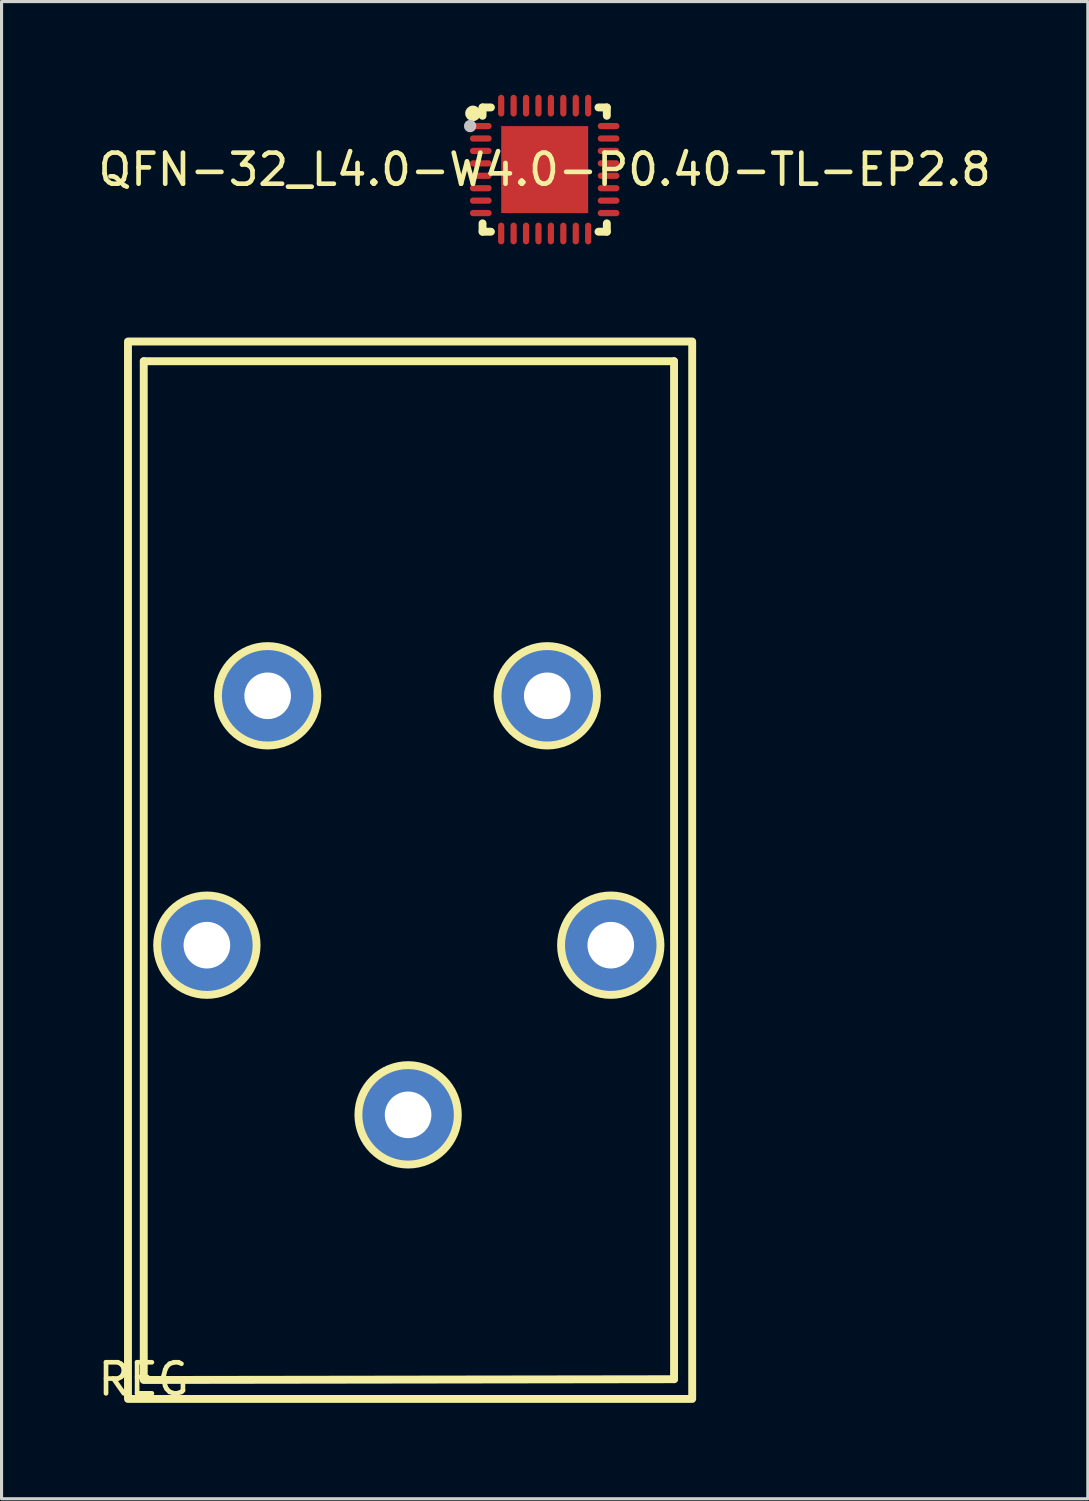
<source format=kicad_pcb>
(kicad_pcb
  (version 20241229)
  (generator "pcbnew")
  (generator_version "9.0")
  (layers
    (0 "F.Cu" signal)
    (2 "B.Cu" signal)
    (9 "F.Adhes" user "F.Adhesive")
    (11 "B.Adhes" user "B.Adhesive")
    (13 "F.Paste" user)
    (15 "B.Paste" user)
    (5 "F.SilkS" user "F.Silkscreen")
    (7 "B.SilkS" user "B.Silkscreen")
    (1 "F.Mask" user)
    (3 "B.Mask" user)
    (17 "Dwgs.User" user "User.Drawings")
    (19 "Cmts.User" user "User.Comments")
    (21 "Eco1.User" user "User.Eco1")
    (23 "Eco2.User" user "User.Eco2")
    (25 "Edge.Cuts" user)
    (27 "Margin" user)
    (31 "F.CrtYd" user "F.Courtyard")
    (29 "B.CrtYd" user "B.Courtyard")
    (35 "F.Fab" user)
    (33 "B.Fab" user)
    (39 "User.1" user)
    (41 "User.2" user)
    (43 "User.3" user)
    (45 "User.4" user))
  (footprint "REG"
    (layer "F.Cu")
    (at 1.577 41.343)
    (property "Reference" "REG" (at 0 0 0) (layer "F.SilkS") (effects (font (size 1 1) (thickness 0.15))))
    (fp_line (start 0 0) (end 0 -32.766) (stroke (width 0.254) (type default)) (layer "F.SilkS"))
    (fp_line (start 0 0.025) (end 17.069 0) (stroke (width 0.254) (type default)) (layer "F.SilkS"))
    (fp_line (start 17.069 -32.766) (end 0 -32.766) (stroke (width 0.254) (type default)) (layer "F.SilkS"))
    (fp_line (start 17.069 -32.766) (end 17.069 0) (stroke (width 0.254) (type default)) (layer "F.SilkS"))
    (fp_rect (start -0.508 -33.401) (end 17.653 0.635) (stroke (width 0.254) (type default)) (fill no) (layer "F.SilkS"))
    (fp_circle (center 2.032 -13.97) (end 3.632 -13.97) (stroke (width 0.254) (type default)) (fill no) (layer "F.SilkS"))
    (fp_circle (center 3.988 -21.997) (end 5.588 -21.997) (stroke (width 0.254) (type default)) (fill no) (layer "F.SilkS"))
    (fp_circle (center 8.509 -8.509) (end 10.109 -8.509) (stroke (width 0.254) (type default)) (fill no) (layer "F.SilkS"))
    (fp_circle (center 12.988 -21.997) (end 14.588 -21.997) (stroke (width 0.254) (type default)) (fill no) (layer "F.SilkS"))
    (fp_circle (center 15.032 -13.97) (end 16.632 -13.97) (stroke (width 0.254) (type default)) (fill no) (layer "F.SilkS"))
    (pad "1" thru_hole circle (at 15.032 -13.97) (size 3 3) (drill 1.5) (layers "*.Cu" "*.Mask"))
    (pad "2" thru_hole circle (at 8.509 -8.509) (size 3 3) (drill 1.5) (layers "*.Cu" "*.Mask"))
    (pad "3" thru_hole circle (at 2.032 -13.97) (size 3 3) (drill 1.5) (layers "*.Cu" "*.Mask"))
    (pad "4" thru_hole circle (at 3.988 -21.997) (size 3 3) (drill 1.5) (layers "*.Cu" "*.Mask"))
    (pad "P" thru_hole circle (at 12.988 -21.997) (size 3 3) (drill 1.5) (layers "*.Cu" "*.Mask")))
  (footprint "QFN-32_L4.0-W4.0-P0.40-TL-EP2.8"
    (layer "F.Cu")
    (at 14.482 2.408)
    (property "Reference" "QFN-32_L4.0-W4.0-P0.40-TL-EP2.8" (at 0 0 0) (layer "F.SilkS") (effects (font (size 1 1) (thickness 0.15))))
    (fp_line (start -2 -2) (end -1.731 -2) (stroke (width 0.254) (type default)) (layer "F.SilkS"))
    (fp_line (start -2 -1.731) (end -2 -2) (stroke (width 0.254) (type default)) (layer "F.SilkS"))
    (fp_line (start -2 2) (end -2 1.731) (stroke (width 0.254) (type default)) (layer "F.SilkS"))
    (fp_line (start -1.731 2) (end -2 2) (stroke (width 0.254) (type default)) (layer "F.SilkS"))
    (fp_line (start 1.731 -2) (end 2 -2) (stroke (width 0.254) (type default)) (layer "F.SilkS"))
    (fp_line (start 2 -2) (end 2 -1.731) (stroke (width 0.254) (type default)) (layer "F.SilkS"))
    (fp_line (start 2 1.731) (end 2 2) (stroke (width 0.254) (type default)) (layer "F.SilkS"))
    (fp_line (start 2 2) (end 1.731 2) (stroke (width 0.254) (type default)) (layer "F.SilkS"))
    (fp_circle (center -2.309 -1.809) (end -2.184 -1.809) (stroke (width 0.25) (type default)) (fill no) (layer "F.SilkS"))
    (fp_poly (pts (xy 1.12 1.121) (xy -1.12 1.121) (xy -1.12 -1.119) (xy 1.12 -1.119)) (stroke (width 0) (type default)) (fill yes) (layer "F.Paste"))
    (fp_poly (pts (arc (start -1.807 -1.5) (mid -1.707 -1.4) (end -1.807 -1.3)) (arc (start -2.307 -1.3) (mid -2.407 -1.4) (end -2.307 -1.5))) (stroke (width 0) (type default)) (fill yes) (layer "F.Paste"))
    (fp_poly (pts (arc (start -1.807 -1.1) (mid -1.707 -1) (end -1.807 -0.9)) (arc (start -2.307 -0.9) (mid -2.407 -1) (end -2.307 -1.1))) (stroke (width 0) (type default)) (fill yes) (layer "F.Paste"))
    (fp_poly (pts (arc (start -1.807 -0.7) (mid -1.707 -0.6) (end -1.807 -0.5)) (arc (start -2.307 -0.5) (mid -2.407 -0.6) (end -2.307 -0.7))) (stroke (width 0) (type default)) (fill yes) (layer "F.Paste"))
    (fp_poly (pts (arc (start -1.807 -0.3) (mid -1.707 -0.2) (end -1.807 -0.1)) (arc (start -2.307 -0.1) (mid -2.407 -0.2) (end -2.307 -0.3))) (stroke (width 0) (type default)) (fill yes) (layer "F.Paste"))
    (fp_poly (pts (arc (start -1.807 0.1) (mid -1.707 0.2) (end -1.807 0.3)) (arc (start -2.307 0.3) (mid -2.407 0.2) (end -2.307 0.1))) (stroke (width 0) (type default)) (fill yes) (layer "F.Paste"))
    (fp_poly (pts (arc (start -1.807 0.5) (mid -1.707 0.6) (end -1.807 0.7)) (arc (start -2.307 0.7) (mid -2.407 0.6) (end -2.307 0.5))) (stroke (width 0) (type default)) (fill yes) (layer "F.Paste"))
    (fp_poly (pts (arc (start -1.807 0.9) (mid -1.707 1) (end -1.807 1.1)) (arc (start -2.307 1.1) (mid -2.407 1) (end -2.307 0.9))) (stroke (width 0) (type default)) (fill yes) (layer "F.Paste"))
    (fp_poly (pts (arc (start -1.807 1.3) (mid -1.707 1.4) (end -1.807 1.5)) (arc (start -2.307 1.5) (mid -2.407 1.4) (end -2.307 1.3))) (stroke (width 0) (type default)) (fill yes) (layer "F.Paste"))
    (fp_poly (pts (arc (start -1.5 -2.307) (mid -1.4 -2.407) (end -1.3 -2.307)) (arc (start -1.3 -1.807) (mid -1.4 -1.707) (end -1.5 -1.807))) (stroke (width 0) (type default)) (fill yes) (layer "F.Paste"))
    (fp_poly (pts (arc (start -1.3 2.307) (mid -1.4 2.407) (end -1.5 2.307)) (arc (start -1.5 1.807) (mid -1.4 1.707) (end -1.3 1.807))) (stroke (width 0) (type default)) (fill yes) (layer "F.Paste"))
    (fp_poly (pts (arc (start -1.1 -2.307) (mid -1 -2.407) (end -0.9 -2.307)) (arc (start -0.9 -1.807) (mid -1 -1.707) (end -1.1 -1.807))) (stroke (width 0) (type default)) (fill yes) (layer "F.Paste"))
    (fp_poly (pts (arc (start -0.9 2.307) (mid -1 2.407) (end -1.1 2.307)) (arc (start -1.1 1.807) (mid -1 1.707) (end -0.9 1.807))) (stroke (width 0) (type default)) (fill yes) (layer "F.Paste"))
    (fp_poly (pts (arc (start -0.7 -2.307) (mid -0.6 -2.407) (end -0.5 -2.307)) (arc (start -0.5 -1.807) (mid -0.6 -1.707) (end -0.7 -1.807))) (stroke (width 0) (type default)) (fill yes) (layer "F.Paste"))
    (fp_poly (pts (arc (start -0.5 2.307) (mid -0.6 2.407) (end -0.7 2.307)) (arc (start -0.7 1.807) (mid -0.6 1.707) (end -0.5 1.807))) (stroke (width 0) (type default)) (fill yes) (layer "F.Paste"))
    (fp_poly (pts (arc (start -0.3 -2.307) (mid -0.2 -2.407) (end -0.1 -2.307)) (arc (start -0.1 -1.807) (mid -0.2 -1.707) (end -0.3 -1.807))) (stroke (width 0) (type default)) (fill yes) (layer "F.Paste"))
    (fp_poly (pts (arc (start -0.1 2.307) (mid -0.2 2.407) (end -0.3 2.307)) (arc (start -0.3 1.807) (mid -0.2 1.707) (end -0.1 1.807))) (stroke (width 0) (type default)) (fill yes) (layer "F.Paste"))
    (fp_poly (pts (arc (start 0.1 -2.307) (mid 0.2 -2.407) (end 0.3 -2.307)) (arc (start 0.3 -1.807) (mid 0.2 -1.707) (end 0.1 -1.807))) (stroke (width 0) (type default)) (fill yes) (layer "F.Paste"))
    (fp_poly (pts (arc (start 0.3 2.307) (mid 0.2 2.407) (end 0.1 2.307)) (arc (start 0.1 1.807) (mid 0.2 1.707) (end 0.3 1.807))) (stroke (width 0) (type default)) (fill yes) (layer "F.Paste"))
    (fp_poly (pts (arc (start 0.5 -2.307) (mid 0.6 -2.407) (end 0.7 -2.307)) (arc (start 0.7 -1.807) (mid 0.6 -1.707) (end 0.5 -1.807))) (stroke (width 0) (type default)) (fill yes) (layer "F.Paste"))
    (fp_poly (pts (arc (start 0.7 2.307) (mid 0.6 2.407) (end 0.5 2.307)) (arc (start 0.5 1.807) (mid 0.6 1.707) (end 0.7 1.807))) (stroke (width 0) (type default)) (fill yes) (layer "F.Paste"))
    (fp_poly (pts (arc (start 0.9 -2.307) (mid 1 -2.407) (end 1.1 -2.307)) (arc (start 1.1 -1.807) (mid 1 -1.707) (end 0.9 -1.807))) (stroke (width 0) (type default)) (fill yes) (layer "F.Paste"))
    (fp_poly (pts (arc (start 1.1 2.307) (mid 1 2.407) (end 0.9 2.307)) (arc (start 0.9 1.807) (mid 1 1.707) (end 1.1 1.807))) (stroke (width 0) (type default)) (fill yes) (layer "F.Paste"))
    (fp_poly (pts (arc (start 1.3 -2.307) (mid 1.4 -2.407) (end 1.5 -2.307)) (arc (start 1.5 -1.807) (mid 1.4 -1.707) (end 1.3 -1.807))) (stroke (width 0) (type default)) (fill yes) (layer "F.Paste"))
    (fp_poly (pts (arc (start 1.5 2.307) (mid 1.4 2.407) (end 1.3 2.307)) (arc (start 1.3 1.807) (mid 1.4 1.707) (end 1.5 1.807))) (stroke (width 0) (type default)) (fill yes) (layer "F.Paste"))
    (fp_poly (pts (arc (start 2.307 -1.5) (mid 2.407 -1.4) (end 2.307 -1.3)) (arc (start 1.807 -1.3) (mid 1.707 -1.4) (end 1.807 -1.5))) (stroke (width 0) (type default)) (fill yes) (layer "F.Paste"))
    (fp_poly (pts (arc (start 2.307 -1.1) (mid 2.407 -1) (end 2.307 -0.9)) (arc (start 1.807 -0.9) (mid 1.707 -1) (end 1.807 -1.1))) (stroke (width 0) (type default)) (fill yes) (layer "F.Paste"))
    (fp_poly (pts (arc (start 2.307 -0.7) (mid 2.407 -0.6) (end 2.307 -0.5)) (arc (start 1.807 -0.5) (mid 1.707 -0.6) (end 1.807 -0.7))) (stroke (width 0) (type default)) (fill yes) (layer "F.Paste"))
    (fp_poly (pts (arc (start 2.307 -0.3) (mid 2.407 -0.2) (end 2.307 -0.1)) (arc (start 1.807 -0.1) (mid 1.707 -0.2) (end 1.807 -0.3))) (stroke (width 0) (type default)) (fill yes) (layer "F.Paste"))
    (fp_poly (pts (arc (start 2.307 0.1) (mid 2.407 0.2) (end 2.307 0.3)) (arc (start 1.807 0.3) (mid 1.707 0.2) (end 1.807 0.1))) (stroke (width 0) (type default)) (fill yes) (layer "F.Paste"))
    (fp_poly (pts (arc (start 2.307 0.5) (mid 2.407 0.6) (end 2.307 0.7)) (arc (start 1.807 0.7) (mid 1.707 0.6) (end 1.807 0.5))) (stroke (width 0) (type default)) (fill yes) (layer "F.Paste"))
    (fp_poly (pts (arc (start 2.307 0.9) (mid 2.407 1) (end 2.307 1.1)) (arc (start 1.807 1.1) (mid 1.707 1) (end 1.807 0.9))) (stroke (width 0) (type default)) (fill yes) (layer "F.Paste"))
    (fp_poly (pts (arc (start 2.307 1.3) (mid 2.407 1.4) (end 2.307 1.5)) (arc (start 1.807 1.5) (mid 1.707 1.4) (end 1.807 1.3))) (stroke (width 0) (type default)) (fill yes) (layer "F.Paste"))
    (fp_circle (center -2.4 -1.4) (end -2.3 -1.4) (stroke (width 0.2) (type default)) (fill no) (layer "Dwgs.User"))
    (fp_poly (pts (xy -2 -1.3) (xy -2 -1.5) (xy -1.7 -1.5) (xy -1.7 -1.3)) (stroke (width 0.1) (type default)) (fill no) (layer "User.1"))
    (fp_poly (pts (xy -2 -0.9) (xy -2 -1.1) (xy -1.7 -1.1) (xy -1.7 -0.9)) (stroke (width 0.1) (type default)) (fill no) (layer "User.1"))
    (fp_poly (pts (xy -2 -0.5) (xy -2 -0.7) (xy -1.7 -0.7) (xy -1.7 -0.5)) (stroke (width 0.1) (type default)) (fill no) (layer "User.1"))
    (fp_poly (pts (xy -2 -0.1) (xy -2 -0.3) (xy -1.7 -0.3) (xy -1.7 -0.1)) (stroke (width 0.1) (type default)) (fill no) (layer "User.1"))
    (fp_poly (pts (xy -2 0.3) (xy -2 0.1) (xy -1.7 0.1) (xy -1.7 0.3)) (stroke (width 0.1) (type default)) (fill no) (layer "User.1"))
    (fp_poly (pts (xy -2 0.7) (xy -2 0.5) (xy -1.7 0.5) (xy -1.7 0.7)) (stroke (width 0.1) (type default)) (fill no) (layer "User.1"))
    (fp_poly (pts (xy -2 1.1) (xy -2 0.9) (xy -1.7 0.9) (xy -1.7 1.1)) (stroke (width 0.1) (type default)) (fill no) (layer "User.1"))
    (fp_poly (pts (xy -2 1.5) (xy -2 1.3) (xy -1.7 1.3) (xy -1.7 1.5)) (stroke (width 0.1) (type default)) (fill no) (layer "User.1"))
    (fp_poly (pts (xy -1.5 -1.7) (xy -1.5 -2) (xy -1.3 -2) (xy -1.3 -1.7)) (stroke (width 0.1) (type default)) (fill no) (layer "User.1"))
    (fp_poly (pts (xy -1.5 2) (xy -1.5 1.7) (xy -1.3 1.7) (xy -1.3 2)) (stroke (width 0.1) (type default)) (fill no) (layer "User.1"))
    (fp_poly (pts (xy -1.1 -1.7) (xy -1.1 -2) (xy -0.9 -2) (xy -0.9 -1.7)) (stroke (width 0.1) (type default)) (fill no) (layer "User.1"))
    (fp_poly (pts (xy -1.1 2) (xy -1.1 1.7) (xy -0.9 1.7) (xy -0.9 2)) (stroke (width 0.1) (type default)) (fill no) (layer "User.1"))
    (fp_poly (pts (xy -0.7 -1.7) (xy -0.7 -2) (xy -0.5 -2) (xy -0.5 -1.7)) (stroke (width 0.1) (type default)) (fill no) (layer "User.1"))
    (fp_poly (pts (xy -0.7 2) (xy -0.7 1.7) (xy -0.5 1.7) (xy -0.5 2)) (stroke (width 0.1) (type default)) (fill no) (layer "User.1"))
    (fp_poly (pts (xy -0.3 -1.7) (xy -0.3 -2) (xy -0.1 -2) (xy -0.1 -1.7)) (stroke (width 0.1) (type default)) (fill no) (layer "User.1"))
    (fp_poly (pts (xy -0.3 2) (xy -0.3 1.7) (xy -0.1 1.7) (xy -0.1 2)) (stroke (width 0.1) (type default)) (fill no) (layer "User.1"))
    (fp_poly (pts (xy 0.1 -1.7) (xy 0.1 -2) (xy 0.3 -2) (xy 0.3 -1.7)) (stroke (width 0.1) (type default)) (fill no) (layer "User.1"))
    (fp_poly (pts (xy 0.1 2) (xy 0.1 1.7) (xy 0.3 1.7) (xy 0.3 2)) (stroke (width 0.1) (type default)) (fill no) (layer "User.1"))
    (fp_poly (pts (xy 0.5 -1.7) (xy 0.5 -2) (xy 0.7 -2) (xy 0.7 -1.7)) (stroke (width 0.1) (type default)) (fill no) (layer "User.1"))
    (fp_poly (pts (xy 0.5 2) (xy 0.5 1.7) (xy 0.7 1.7) (xy 0.7 2)) (stroke (width 0.1) (type default)) (fill no) (layer "User.1"))
    (fp_poly (pts (xy 0.9 -1.7) (xy 0.9 -2) (xy 1.1 -2) (xy 1.1 -1.7)) (stroke (width 0.1) (type default)) (fill no) (layer "User.1"))
    (fp_poly (pts (xy 0.9 2) (xy 0.9 1.7) (xy 1.1 1.7) (xy 1.1 2)) (stroke (width 0.1) (type default)) (fill no) (layer "User.1"))
    (fp_poly (pts (xy 1.3 -1.7) (xy 1.3 -2) (xy 1.5 -2) (xy 1.5 -1.7)) (stroke (width 0.1) (type default)) (fill no) (layer "User.1"))
    (fp_poly (pts (xy 1.3 2) (xy 1.3 1.7) (xy 1.5 1.7) (xy 1.5 2)) (stroke (width 0.1) (type default)) (fill no) (layer "User.1"))
    (fp_poly (pts (xy 1.4 1.401) (xy -1.4 1.401) (xy -1.4 -1.399) (xy 1.4 -1.399)) (stroke (width 0.1) (type default)) (fill no) (layer "User.1"))
    (fp_poly (pts (xy 1.7 -1.3) (xy 1.7 -1.5) (xy 2 -1.5) (xy 2 -1.3)) (stroke (width 0.1) (type default)) (fill no) (layer "User.1"))
    (fp_poly (pts (xy 1.7 -0.9) (xy 1.7 -1.1) (xy 2 -1.1) (xy 2 -0.9)) (stroke (width 0.1) (type default)) (fill no) (layer "User.1"))
    (fp_poly (pts (xy 1.7 -0.5) (xy 1.7 -0.7) (xy 2 -0.7) (xy 2 -0.5)) (stroke (width 0.1) (type default)) (fill no) (layer "User.1"))
    (fp_poly (pts (xy 1.7 -0.1) (xy 1.7 -0.3) (xy 2 -0.3) (xy 2 -0.1)) (stroke (width 0.1) (type default)) (fill no) (layer "User.1"))
    (fp_poly (pts (xy 1.7 0.3) (xy 1.7 0.1) (xy 2 0.1) (xy 2 0.3)) (stroke (width 0.1) (type default)) (fill no) (layer "User.1"))
    (fp_poly (pts (xy 1.7 0.7) (xy 1.7 0.5) (xy 2 0.5) (xy 2 0.7)) (stroke (width 0.1) (type default)) (fill no) (layer "User.1"))
    (fp_poly (pts (xy 1.7 1.1) (xy 1.7 0.9) (xy 2 0.9) (xy 2 1.1)) (stroke (width 0.1) (type default)) (fill no) (layer "User.1"))
    (fp_poly (pts (xy 1.7 1.5) (xy 1.7 1.3) (xy 2 1.3) (xy 2 1.5)) (stroke (width 0.1) (type default)) (fill no) (layer "User.1"))
    (fp_line (start -2 -2) (end 2 -2) (stroke (width 0.051) (type default)) (layer "User.2"))
    (fp_line (start -2 2) (end -2 -2) (stroke (width 0.051) (type default)) (layer "User.2"))
    (fp_line (start 2 -2) (end 2 2) (stroke (width 0.051) (type default)) (layer "User.2"))
    (fp_line (start 2 2) (end -2 2) (stroke (width 0.051) (type default)) (layer "User.2"))
    (fp_poly (pts (xy -1.94 -2) (xy -1.958 -2.042) (xy -2 -2.06) (xy -2.042 -2.042) (xy -2.06 -2) (xy -2.042 -1.958) (xy -2 -1.94) (xy -1.958 -1.958)) (stroke (width 0.1) (type default)) (fill no) (layer "User.3"))
    (pad "1" smd oval (at -2.057 -1.4 270) (size 0.2 0.7) (layers "F.Cu" "F.Mask" "F.Paste"))
    (pad "2" smd oval (at -2.057 -1 270) (size 0.2 0.7) (layers "F.Cu" "F.Mask" "F.Paste"))
    (pad "3" smd oval (at -2.057 -0.6 270) (size 0.2 0.7) (layers "F.Cu" "F.Mask" "F.Paste"))
    (pad "4" smd oval (at -2.057 -0.2 270) (size 0.2 0.7) (layers "F.Cu" "F.Mask" "F.Paste"))
    (pad "5" smd oval (at -2.057 0.2 270) (size 0.2 0.7) (layers "F.Cu" "F.Mask" "F.Paste"))
    (pad "6" smd oval (at -2.057 0.6 270) (size 0.2 0.7) (layers "F.Cu" "F.Mask" "F.Paste"))
    (pad "7" smd oval (at -2.057 1 270) (size 0.2 0.7) (layers "F.Cu" "F.Mask" "F.Paste"))
    (pad "8" smd oval (at -2.057 1.4 270) (size 0.2 0.7) (layers "F.Cu" "F.Mask" "F.Paste"))
    (pad "9" smd oval (at -1.4 2.057 180) (size 0.2 0.7) (layers "F.Cu" "F.Mask" "F.Paste"))
    (pad "10" smd oval (at -1 2.057 180) (size 0.2 0.7) (layers "F.Cu" "F.Mask" "F.Paste"))
    (pad "11" smd oval (at -0.6 2.057 180) (size 0.2 0.7) (layers "F.Cu" "F.Mask" "F.Paste"))
    (pad "12" smd oval (at -0.2 2.057 180) (size 0.2 0.7) (layers "F.Cu" "F.Mask" "F.Paste"))
    (pad "13" smd oval (at 0.2 2.057 180) (size 0.2 0.7) (layers "F.Cu" "F.Mask" "F.Paste"))
    (pad "14" smd oval (at 0.6 2.057 180) (size 0.2 0.7) (layers "F.Cu" "F.Mask" "F.Paste"))
    (pad "15" smd oval (at 1 2.057 180) (size 0.2 0.7) (layers "F.Cu" "F.Mask" "F.Paste"))
    (pad "16" smd oval (at 1.4 2.057 180) (size 0.2 0.7) (layers "F.Cu" "F.Mask" "F.Paste"))
    (pad "17" smd oval (at 2.057 1.4 270) (size 0.2 0.7) (layers "F.Cu" "F.Mask" "F.Paste"))
    (pad "18" smd oval (at 2.057 1 270) (size 0.2 0.7) (layers "F.Cu" "F.Mask" "F.Paste"))
    (pad "19" smd oval (at 2.057 0.6 270) (size 0.2 0.7) (layers "F.Cu" "F.Mask" "F.Paste"))
    (pad "20" smd oval (at 2.057 0.2 270) (size 0.2 0.7) (layers "F.Cu" "F.Mask" "F.Paste"))
    (pad "21" smd oval (at 2.057 -0.2 270) (size 0.2 0.7) (layers "F.Cu" "F.Mask" "F.Paste"))
    (pad "22" smd oval (at 2.057 -0.6 270) (size 0.2 0.7) (layers "F.Cu" "F.Mask" "F.Paste"))
    (pad "23" smd oval (at 2.057 -1 270) (size 0.2 0.7) (layers "F.Cu" "F.Mask" "F.Paste"))
    (pad "24" smd oval (at 2.057 -1.4 270) (size 0.2 0.7) (layers "F.Cu" "F.Mask" "F.Paste"))
    (pad "25" smd oval (at 1.4 -2.057) (size 0.2 0.7) (layers "F.Cu" "F.Mask" "F.Paste"))
    (pad "26" smd oval (at 1 -2.057) (size 0.2 0.7) (layers "F.Cu" "F.Mask" "F.Paste"))
    (pad "27" smd oval (at 0.6 -2.057) (size 0.2 0.7) (layers "F.Cu" "F.Mask" "F.Paste"))
    (pad "28" smd oval (at 0.2 -2.057) (size 0.2 0.7) (layers "F.Cu" "F.Mask" "F.Paste"))
    (pad "29" smd oval (at -0.2 -2.057) (size 0.2 0.7) (layers "F.Cu" "F.Mask" "F.Paste"))
    (pad "30" smd oval (at -0.6 -2.057) (size 0.2 0.7) (layers "F.Cu" "F.Mask" "F.Paste"))
    (pad "31" smd oval (at -1 -2.057) (size 0.2 0.7) (layers "F.Cu" "F.Mask" "F.Paste"))
    (pad "32" smd oval (at -1.4 -2.057) (size 0.2 0.7) (layers "F.Cu" "F.Mask" "F.Paste"))
    (pad "33" smd rect (at 0 0.001 180) (size 2.8 2.8) (layers "F.Cu" "F.Mask" "F.Paste")))
  (gr_rect
    (start -3 -3)
    (end 31.964 45.191)
    (stroke (width 0.1) (type default))
    (fill no)
    (layer "Edge.Cuts")))
</source>
